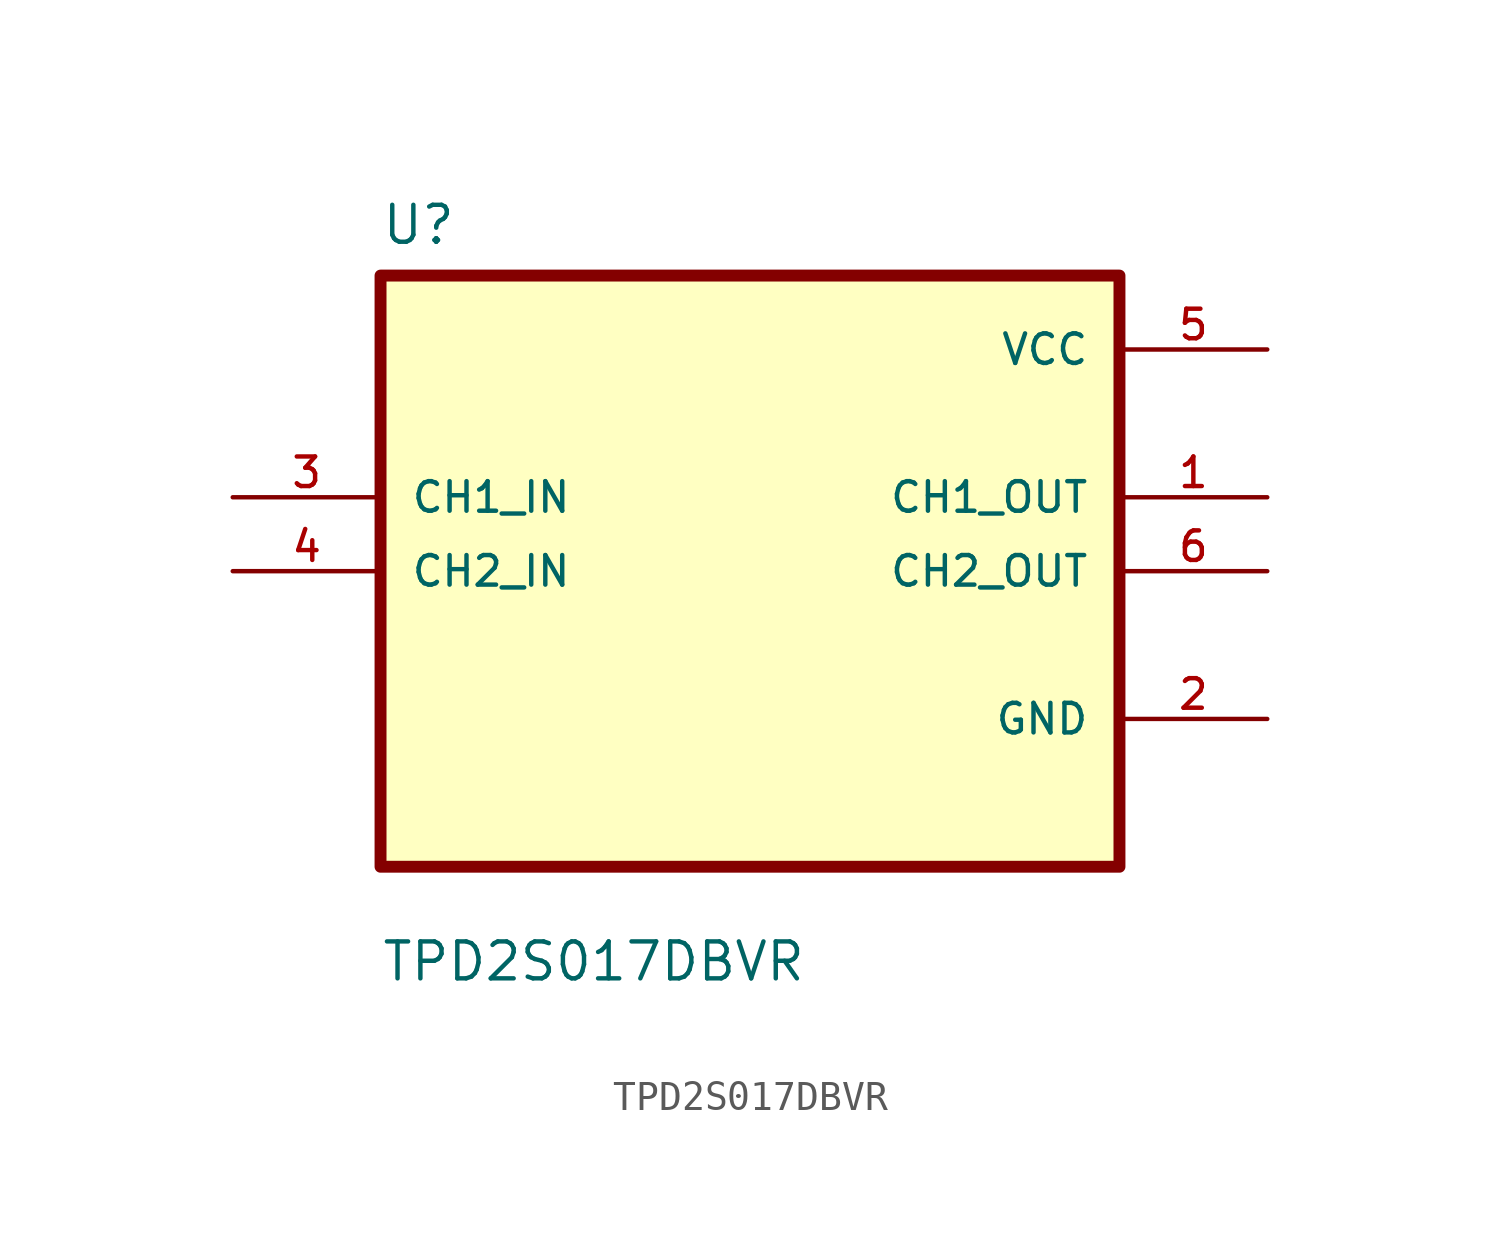
<source format=kicad_sym>
(kicad_symbol_lib
  (version 20211014)
  (generator kicad_symbol_editor)
  (symbol "TPD2S017DBVR"
    (pin_names
      (offset 1.016))
    (property "Reference" "U"
      (at -12.7 11.16 0.0)
      (effects (font (size 1.27 1.27)) (justify bottom left)))
    (property "Value" "TPD2S017DBVR"
      (at -12.7 -14.16 0.0)
      (effects (font (size 1.27 1.27)) (justify bottom left)))
    (symbol "TPD2S017DBVR_0_0"
      (rectangle (start -12.7 -10.16) (end 12.7 10.16) (stroke (width 0.41)) (fill (type background)))
      (pin input line (at -17.78 2.54 0) (length 5.08) (name "CH1_IN" (effects (font (size 1.016 1.016)))) (number "3" (effects (font (size 1.016 1.016)))))
      (pin input line (at -17.78 0.0 0) (length 5.08) (name "CH2_IN" (effects (font (size 1.016 1.016)))) (number "4" (effects (font (size 1.016 1.016)))))
      (pin power_in line (at 17.78 7.62 180.0) (length 5.08) (name "VCC" (effects (font (size 1.016 1.016)))) (number "5" (effects (font (size 1.016 1.016)))))
      (pin output line (at 17.78 2.54 180.0) (length 5.08) (name "CH1_OUT" (effects (font (size 1.016 1.016)))) (number "1" (effects (font (size 1.016 1.016)))))
      (pin output line (at 17.78 0.0 180.0) (length 5.08) (name "CH2_OUT" (effects (font (size 1.016 1.016)))) (number "6" (effects (font (size 1.016 1.016)))))
      (pin power_in line (at 17.78 -5.08 180.0) (length 5.08) (name "GND" (effects (font (size 1.016 1.016)))) (number "2" (effects (font (size 1.016 1.016))))))))
</source>
